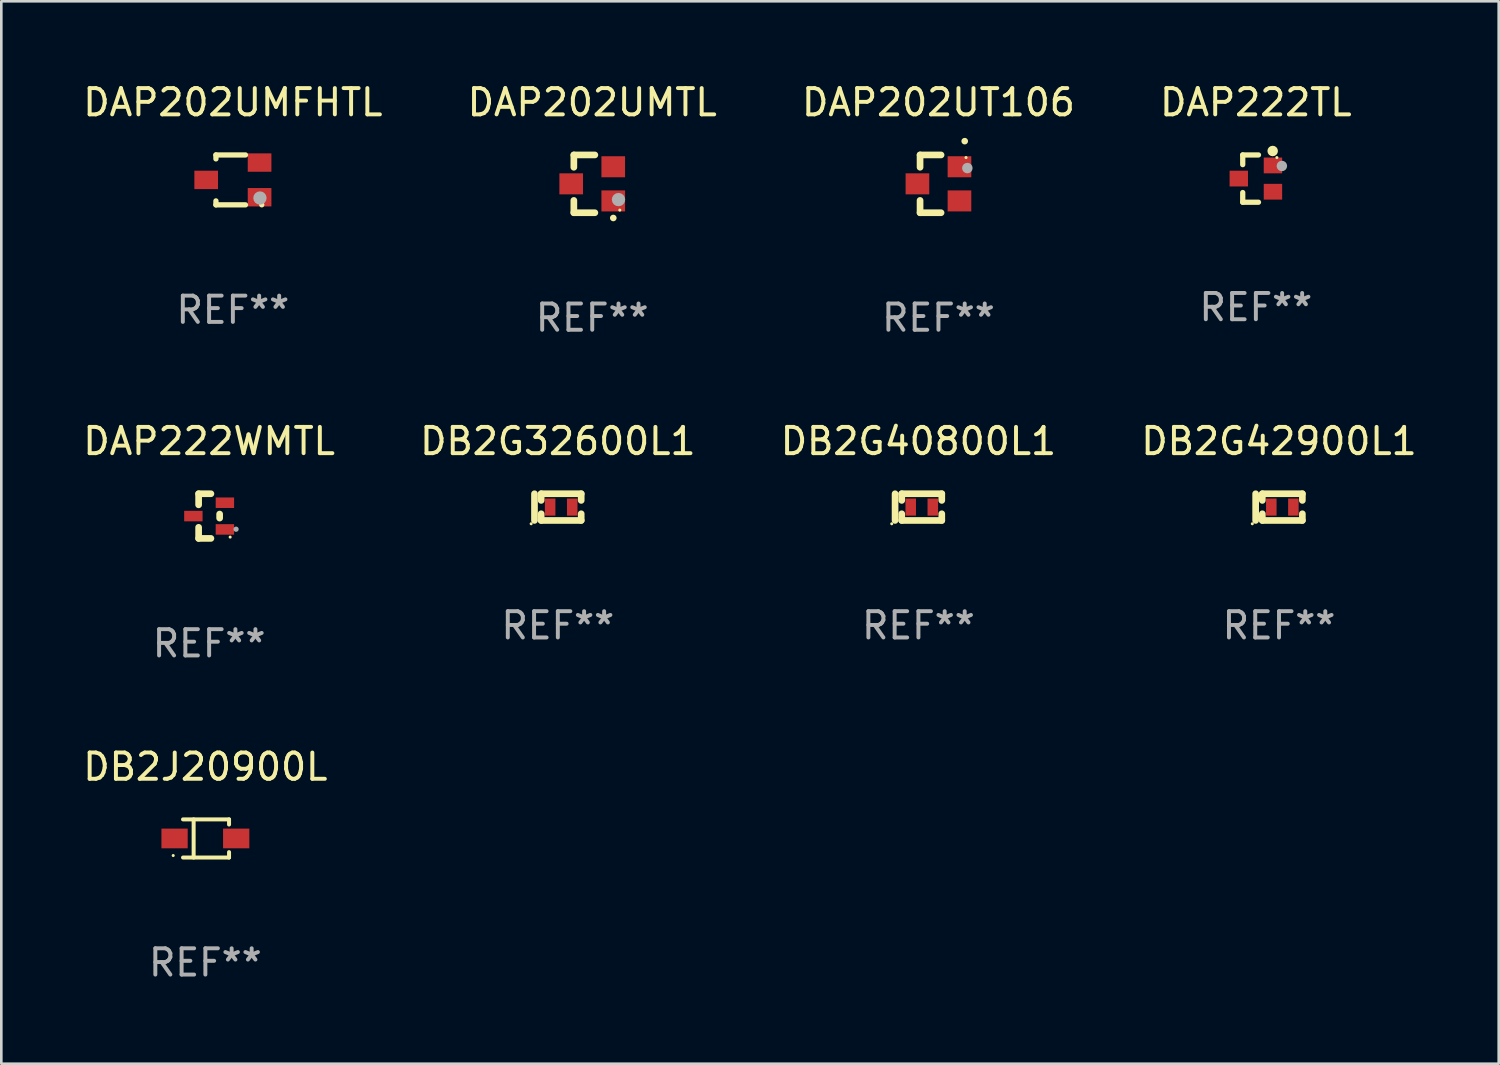
<source format=kicad_pcb>
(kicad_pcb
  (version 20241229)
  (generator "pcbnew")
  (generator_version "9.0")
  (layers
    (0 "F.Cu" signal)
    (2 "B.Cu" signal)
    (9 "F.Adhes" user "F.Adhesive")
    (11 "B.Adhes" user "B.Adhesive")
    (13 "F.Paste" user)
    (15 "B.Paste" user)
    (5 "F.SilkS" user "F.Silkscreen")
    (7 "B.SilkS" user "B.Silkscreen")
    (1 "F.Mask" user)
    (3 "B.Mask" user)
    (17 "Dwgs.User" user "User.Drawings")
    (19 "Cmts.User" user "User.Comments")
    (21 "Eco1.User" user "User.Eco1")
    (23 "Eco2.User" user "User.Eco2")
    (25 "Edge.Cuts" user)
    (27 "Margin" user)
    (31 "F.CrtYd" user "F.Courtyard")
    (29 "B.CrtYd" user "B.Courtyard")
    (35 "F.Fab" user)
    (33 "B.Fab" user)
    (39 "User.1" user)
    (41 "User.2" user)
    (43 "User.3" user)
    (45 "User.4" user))
  (footprint "DAP222WMTL"
    (layer "F.Cu")
    (at 4.911 16.595)
    (property "Reference" "DAP222WMTL" (at 0 -2.85 0) (layer "F.SilkS") (effects (font (size 1 1) (thickness 0.15))))
    (attr through_hole)
    (fp_line (start -0.4 0.85) (end 0.068 0.85) (stroke (width 0.254) (type solid)) (layer "F.SilkS"))
    (fp_line (start -0.4 -0.85) (end -0.4 -0.428) (stroke (width 0.254) (type solid)) (layer "F.SilkS"))
    (fp_line (start -0.4 -0.85) (end 0.068 -0.85) (stroke (width 0.254) (type solid)) (layer "F.SilkS"))
    (fp_line (start -0.4 0.428) (end -0.4 0.85) (stroke (width 0.254) (type solid)) (layer "F.SilkS"))
    (fp_line (start 0.4 -0.077) (end 0.4 0.077) (stroke (width 0.254) (type solid)) (layer "F.SilkS"))
    (fp_circle (center 0.8 0.8) (end 0.83 0.8) (stroke (width 0.06) (type solid)) (fill no) (layer "F.SilkS"))
    (fp_circle (center 1.025 0.5) (end 1.075 0.5) (stroke (width 0.1) (type solid)) (fill no) (layer "F.Fab"))
    (fp_text user "REF**" (at 0 4.85 0) (layer "F.Fab") (effects (font (size 1 1) (thickness 0.15))))
    (pad "1" smd rect (at 0.6 0.508 90) (size 0.4 0.7) (layers "F.Cu" "F.Mask" "F.Paste"))
    (pad "2" smd rect (at 0.6 -0.508 90) (size 0.4 0.7) (layers "F.Cu" "F.Mask" "F.Paste"))
    (pad "3" smd rect (at -0.6 0.00014 90) (size 0.4 0.7) (layers "F.Cu" "F.Mask" "F.Paste")))
  (footprint "DAP202UMTL"
    (layer "F.Cu")
    (at 19.494 3.948)
    (property "Reference" "DAP202UMTL" (at 0 -3.1 0) (layer "F.SilkS") (effects (font (size 1 1) (thickness 0.15))))
    (attr through_hole)
    (fp_line (start -0.7 -1.1) (end 0.1 -1.1) (stroke (width 0.254) (type solid)) (layer "F.SilkS"))
    (fp_line (start -0.7 -0.631) (end -0.7 -1.1) (stroke (width 0.254) (type solid)) (layer "F.SilkS"))
    (fp_line (start -0.7 1.1) (end -0.7 0.631) (stroke (width 0.254) (type solid)) (layer "F.SilkS"))
    (fp_line (start -0.7 1.1) (end 0.1 1.1) (stroke (width 0.254) (type solid)) (layer "F.SilkS"))
    (fp_arc (start 0.8 1.3) (mid 0.80127 1.299994) (end 0.80254 1.3) (stroke (width 0.24892) (type solid)) (layer "F.SilkS"))
    (fp_circle (center 1.05 1) (end 1.08 1) (stroke (width 0.06) (type solid)) (fill no) (layer "F.SilkS"))
    (fp_circle (center 1 0.6) (end 1.127 0.6) (stroke (width 0.254) (type solid)) (fill no) (layer "F.Fab"))
    (fp_text user "REF**" (at 0 5.1 0) (layer "F.Fab") (effects (font (size 1 1) (thickness 0.15))))
    (pad "1" smd rect (at 0.8 0.65 90) (size 0.8 0.9) (layers "F.Cu" "F.Mask" "F.Paste"))
    (pad "2" smd rect (at 0.8 -0.65 90) (size 0.8 0.9) (layers "F.Cu" "F.Mask" "F.Paste"))
    (pad "3" smd rect (at -0.8 0 90) (size 0.8 0.9) (layers "F.Cu" "F.Mask" "F.Paste")))
  (footprint "DB2G40800L1"
    (layer "F.Cu")
    (at 31.911 16.253)
    (property "Reference" "DB2G40800L1" (at 0 -2.508 0) (layer "F.SilkS") (effects (font (size 1 1) (thickness 0.15))))
    (attr through_hole)
    (fp_line (start -0.889 0.508) (end -0.889 -0.508) (stroke (width 0.254) (type solid)) (layer "F.SilkS"))
    (fp_line (start -0.635 -0.508) (end 0.889 -0.508) (stroke (width 0.254) (type solid)) (layer "F.SilkS"))
    (fp_line (start -0.635 -0.254) (end -0.635 -0.508) (stroke (width 0.254) (type solid)) (layer "F.SilkS"))
    (fp_line (start -0.635 0.508) (end -0.635 0.254) (stroke (width 0.254) (type solid)) (layer "F.SilkS"))
    (fp_line (start 0.889 -0.508) (end 0.889 -0.254) (stroke (width 0.254) (type solid)) (layer "F.SilkS"))
    (fp_line (start 0.889 0.254) (end 0.889 0.508) (stroke (width 0.254) (type solid)) (layer "F.SilkS"))
    (fp_line (start 0.889 0.508) (end -0.635 0.508) (stroke (width 0.254) (type solid)) (layer "F.SilkS"))
    (fp_circle (center -1.016 0.635) (end -0.986 0.635) (stroke (width 0.06) (type solid)) (fill no) (layer "F.SilkS"))
    (fp_text user "REF**" (at 0 4.508 0) (layer "F.Fab") (effects (font (size 1 1) (thickness 0.15))))
    (pad "1" smd rect (at -0.293 0 180) (size 0.4 0.65) (layers "F.Cu" "F.Mask" "F.Paste"))
    (pad "2" smd rect (at 0.547 0) (size 0.4 0.65) (layers "F.Cu" "F.Mask" "F.Paste")))
  (footprint "DAP222TL"
    (layer "F.Cu")
    (at 44.756 3.748)
    (property "Reference" "DAP222TL" (at 0 -2.9 0) (layer "F.SilkS") (effects (font (size 1 1) (thickness 0.15))))
    (attr through_hole)
    (fp_line (start -0.5 -0.9) (end 0.1 -0.9) (stroke (width 0.2) (type solid)) (layer "F.SilkS"))
    (fp_line (start -0.5 -0.531) (end -0.5 -0.9) (stroke (width 0.2) (type solid)) (layer "F.SilkS"))
    (fp_line (start -0.5 0.9) (end -0.5 0.531) (stroke (width 0.2) (type solid)) (layer "F.SilkS"))
    (fp_line (start -0.5 0.9) (end 0.1 0.9) (stroke (width 0.2) (type solid)) (layer "F.SilkS"))
    (fp_circle (center 0.64 -1.05) (end 0.74 -1.05) (stroke (width 0.2) (type solid)) (fill no) (layer "F.SilkS"))
    (fp_circle (center 0.8 -0.8) (end 0.83 -0.8) (stroke (width 0.06) (type solid)) (fill no) (layer "F.SilkS"))
    (fp_circle (center 0.99 -0.48) (end 1.09 -0.48) (stroke (width 0.2) (type solid)) (fill no) (layer "F.Fab"))
    (fp_text user "REF**" (at 0 4.9 0) (layer "F.Fab") (effects (font (size 1 1) (thickness 0.15))))
    (pad "1" smd rect (at 0.65 -0.5 90) (size 0.6 0.7) (layers "F.Cu" "F.Mask" "F.Paste"))
    (pad "2" smd rect (at 0.65 0.5 90) (size 0.6 0.7) (layers "F.Cu" "F.Mask" "F.Paste"))
    (pad "3" smd rect (at -0.65 0 90) (size 0.6 0.7) (layers "F.Cu" "F.Mask" "F.Paste")))
  (footprint "DAP202UMFHTL"
    (layer "F.Cu")
    (at 5.815 3.798)
    (property "Reference" "DAP202UMFHTL" (at 0 -2.95 0) (layer "F.SilkS") (effects (font (size 1 1) (thickness 0.15))))
    (attr through_hole)
    (fp_line (start -0.645 -0.95) (end 0.48 -0.95) (stroke (width 0.201) (type solid)) (layer "F.SilkS"))
    (fp_line (start -0.645 -0.8) (end -0.645 -0.95) (stroke (width 0.201) (type solid)) (layer "F.SilkS"))
    (fp_line (start -0.645 0.95) (end -0.645 0.8) (stroke (width 0.201) (type solid)) (layer "F.SilkS"))
    (fp_line (start 0.48 0.95) (end -0.645 0.95) (stroke (width 0.201) (type solid)) (layer "F.SilkS"))
    (fp_circle (center 1.1 0.95) (end 1.15 0.95) (stroke (width 0.1) (type solid)) (fill no) (layer "F.SilkS"))
    (fp_circle (center 1.03 0.69) (end 1.157 0.69) (stroke (width 0.254) (type solid)) (fill no) (layer "F.Fab"))
    (fp_text user "REF**" (at 0 4.95 0) (layer "F.Fab") (effects (font (size 1 1) (thickness 0.15))))
    (pad "1" smd rect (at 1.016 0.66 90) (size 0.7 0.9) (layers "F.Cu" "F.Mask" "F.Paste"))
    (pad "2" smd rect (at 1.016 -0.66 90) (size 0.7 0.9) (layers "F.Cu" "F.Mask" "F.Paste"))
    (pad "3" smd rect (at -1.016 0 90) (size 0.7 0.9) (layers "F.Cu" "F.Mask" "F.Paste")))
  (footprint "DB2G42900L1"
    (layer "F.Cu")
    (at 45.637 16.253)
    (property "Reference" "DB2G42900L1" (at 0 -2.508 0) (layer "F.SilkS") (effects (font (size 1 1) (thickness 0.15))))
    (attr through_hole)
    (fp_line (start -0.889 0.508) (end -0.889 -0.508) (stroke (width 0.254) (type solid)) (layer "F.SilkS"))
    (fp_line (start -0.635 -0.508) (end 0.889 -0.508) (stroke (width 0.254) (type solid)) (layer "F.SilkS"))
    (fp_line (start -0.635 -0.254) (end -0.635 -0.508) (stroke (width 0.254) (type solid)) (layer "F.SilkS"))
    (fp_line (start -0.635 0.508) (end -0.635 0.254) (stroke (width 0.254) (type solid)) (layer "F.SilkS"))
    (fp_line (start 0.889 -0.508) (end 0.889 -0.254) (stroke (width 0.254) (type solid)) (layer "F.SilkS"))
    (fp_line (start 0.889 0.254) (end 0.889 0.508) (stroke (width 0.254) (type solid)) (layer "F.SilkS"))
    (fp_line (start 0.889 0.508) (end -0.635 0.508) (stroke (width 0.254) (type solid)) (layer "F.SilkS"))
    (fp_circle (center -1.016 0.635) (end -0.986 0.635) (stroke (width 0.06) (type solid)) (fill no) (layer "F.SilkS"))
    (fp_text user "REF**" (at 0 4.508 0) (layer "F.Fab") (effects (font (size 1 1) (thickness 0.15))))
    (pad "1" smd rect (at -0.293 0 180) (size 0.4 0.65) (layers "F.Cu" "F.Mask" "F.Paste"))
    (pad "2" smd rect (at 0.547 0) (size 0.4 0.65) (layers "F.Cu" "F.Mask" "F.Paste")))
  (footprint "DB2G32600L1"
    (layer "F.Cu")
    (at 18.185 16.253)
    (property "Reference" "DB2G32600L1" (at 0 -2.508 0) (layer "F.SilkS") (effects (font (size 1 1) (thickness 0.15))))
    (attr through_hole)
    (fp_line (start -0.889 0.508) (end -0.889 -0.508) (stroke (width 0.254) (type solid)) (layer "F.SilkS"))
    (fp_line (start -0.635 -0.508) (end 0.889 -0.508) (stroke (width 0.254) (type solid)) (layer "F.SilkS"))
    (fp_line (start -0.635 -0.254) (end -0.635 -0.508) (stroke (width 0.254) (type solid)) (layer "F.SilkS"))
    (fp_line (start -0.635 0.508) (end -0.635 0.254) (stroke (width 0.254) (type solid)) (layer "F.SilkS"))
    (fp_line (start 0.889 -0.508) (end 0.889 -0.254) (stroke (width 0.254) (type solid)) (layer "F.SilkS"))
    (fp_line (start 0.889 0.254) (end 0.889 0.508) (stroke (width 0.254) (type solid)) (layer "F.SilkS"))
    (fp_line (start 0.889 0.508) (end -0.635 0.508) (stroke (width 0.254) (type solid)) (layer "F.SilkS"))
    (fp_circle (center -1.016 0.635) (end -0.986 0.635) (stroke (width 0.06) (type solid)) (fill no) (layer "F.SilkS"))
    (fp_text user "REF**" (at 0 4.508 0) (layer "F.Fab") (effects (font (size 1 1) (thickness 0.15))))
    (pad "1" smd rect (at -0.293 0 180) (size 0.4 0.65) (layers "F.Cu" "F.Mask" "F.Paste"))
    (pad "2" smd rect (at 0.547 0) (size 0.4 0.65) (layers "F.Cu" "F.Mask" "F.Paste")))
  (footprint "DB2J20900L"
    (layer "F.Cu")
    (at 4.768 28.867)
    (property "Reference" "DB2J20900L" (at 0 -2.726 0) (layer "F.SilkS") (effects (font (size 1 1) (thickness 0.15))))
    (attr through_hole)
    (fp_line (start -0.851 -0.726) (end 0.901 -0.726) (stroke (width 0.152) (type solid)) (layer "F.SilkS"))
    (fp_line (start -0.851 0.726) (end 0.901 0.726) (stroke (width 0.152) (type solid)) (layer "F.SilkS"))
    (fp_line (start -0.447 -0.726) (end -0.447 0.726) (stroke (width 0.152) (type solid)) (layer "F.SilkS"))
    (fp_line (start 0.901 -0.726) (end 0.901 -0.53) (stroke (width 0.152) (type solid)) (layer "F.SilkS"))
    (fp_line (start 0.901 0.726) (end 0.901 0.52) (stroke (width 0.152) (type solid)) (layer "F.SilkS"))
    (fp_circle (center -1.225 0.65) (end -1.195 0.65) (stroke (width 0.06) (type solid)) (fill no) (layer "F.SilkS"))
    (fp_text user "REF**" (at 0 4.726 0) (layer "F.Fab") (effects (font (size 1 1) (thickness 0.15))))
    (pad "1" smd rect (at -1.173 0) (size 1 0.75) (layers "F.Cu" "F.Mask" "F.Paste"))
    (pad "2" smd rect (at 1.173 0) (size 1 0.75) (layers "F.Cu" "F.Mask" "F.Paste")))
  (footprint "DAP202UT106"
    (layer "F.Cu")
    (at 32.673 3.948)
    (property "Reference" "DAP202UT106" (at 0 -3.1 0) (layer "F.SilkS") (effects (font (size 1 1) (thickness 0.15))))
    (attr through_hole)
    (fp_line (start -0.7 -1.1) (end 0.1 -1.1) (stroke (width 0.254) (type solid)) (layer "F.SilkS"))
    (fp_line (start -0.7 -0.631) (end -0.7 -1.1) (stroke (width 0.254) (type solid)) (layer "F.SilkS"))
    (fp_line (start -0.7 1.1) (end -0.7 0.631) (stroke (width 0.254) (type solid)) (layer "F.SilkS"))
    (fp_line (start -0.7 1.1) (end 0.1 1.1) (stroke (width 0.254) (type solid)) (layer "F.SilkS"))
    (fp_arc (start 0.99873 -1.62446) (mid 1 -1.624466) (end 1.00127 -1.62446) (stroke (width 0.24892) (type solid)) (layer "F.SilkS"))
    (fp_circle (center 1.05 -1) (end 1.08 -1) (stroke (width 0.06) (type solid)) (fill no) (layer "F.SilkS"))
    (fp_circle (center 1.1 -0.6) (end 1.2 -0.6) (stroke (width 0.2) (type solid)) (fill no) (layer "F.Fab"))
    (fp_text user "REF**" (at 0 5.1 0) (layer "F.Fab") (effects (font (size 1 1) (thickness 0.15))))
    (pad "1" smd rect (at 0.8 -0.65 90) (size 0.8 0.9) (layers "F.Cu" "F.Mask" "F.Paste"))
    (pad "2" smd rect (at 0.8 0.65 90) (size 0.8 0.9) (layers "F.Cu" "F.Mask" "F.Paste"))
    (pad "3" smd rect (at -0.8 0 90) (size 0.8 0.9) (layers "F.Cu" "F.Mask" "F.Paste")))
  (gr_rect
    (start -3 -3)
    (end 54 37.442)
    (stroke (width 0.1) (type default))
    (fill no)
    (layer "Edge.Cuts")))
</source>
